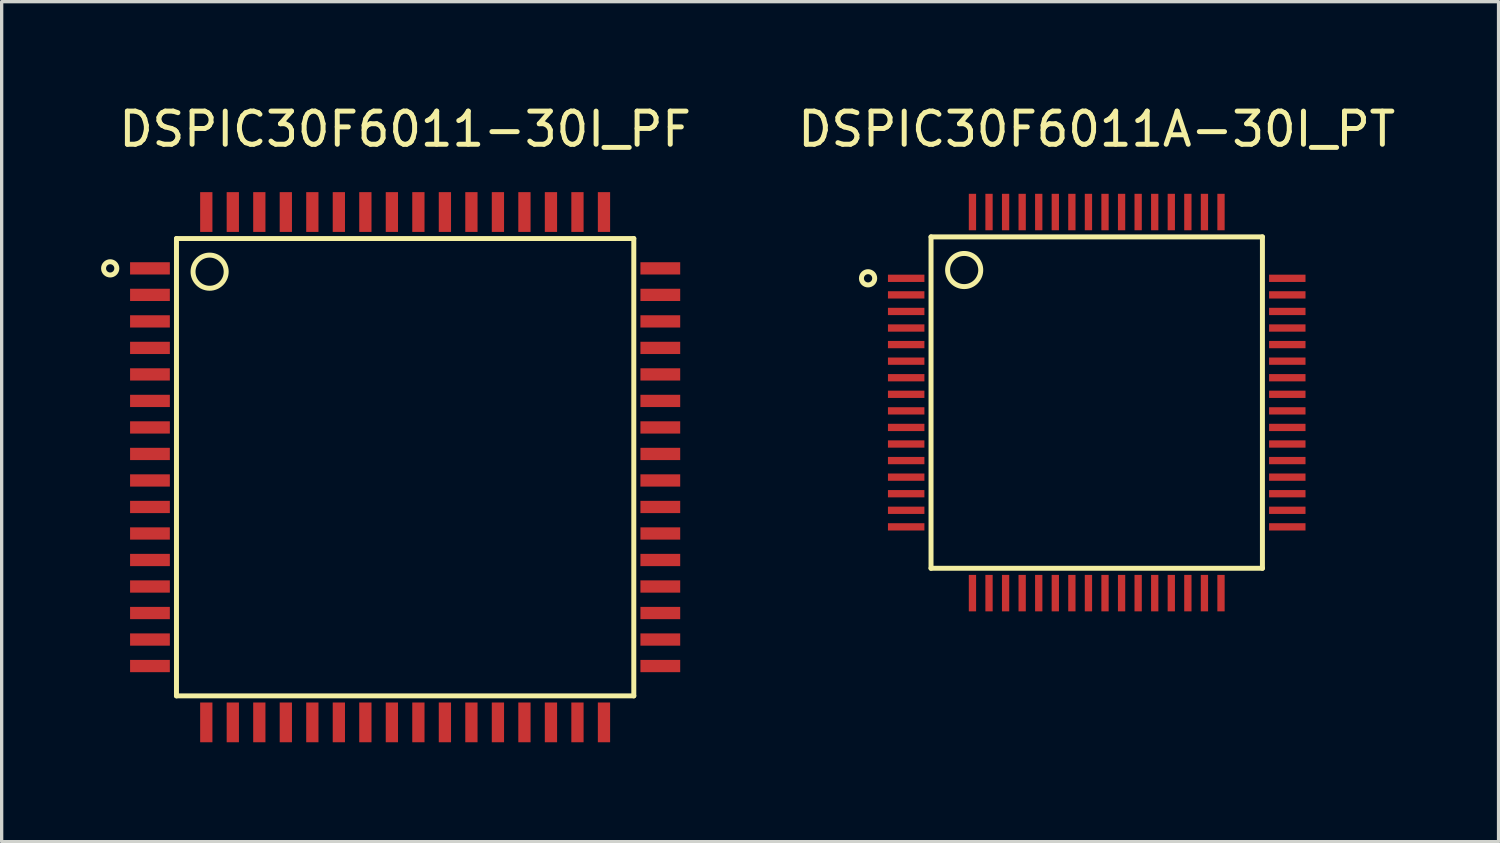
<source format=kicad_pcb>
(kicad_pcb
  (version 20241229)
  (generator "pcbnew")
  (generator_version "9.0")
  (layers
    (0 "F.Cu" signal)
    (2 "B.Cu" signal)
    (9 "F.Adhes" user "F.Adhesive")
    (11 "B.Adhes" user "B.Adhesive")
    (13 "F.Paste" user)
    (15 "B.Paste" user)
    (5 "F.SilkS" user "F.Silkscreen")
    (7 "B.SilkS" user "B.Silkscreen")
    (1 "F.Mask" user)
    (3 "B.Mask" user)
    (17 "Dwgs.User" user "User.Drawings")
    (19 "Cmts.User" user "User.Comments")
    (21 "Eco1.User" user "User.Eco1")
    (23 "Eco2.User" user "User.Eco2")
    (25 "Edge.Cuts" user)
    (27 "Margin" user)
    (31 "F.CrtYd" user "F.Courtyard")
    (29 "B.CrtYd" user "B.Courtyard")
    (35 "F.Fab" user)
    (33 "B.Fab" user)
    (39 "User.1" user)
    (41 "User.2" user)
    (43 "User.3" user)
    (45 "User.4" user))
  (footprint "DSPIC30F6011-30I_PF"
    (layer "F.Cu")
    (at 1.475 3.348)
    (property "Reference" "DSPIC30F6011-30I_PF" (at 7.7 -2.5 0) (layer "F.SilkS") (effects (font (size 1 1) (thickness 0.15))))
    (attr through_hole)
    (fp_line (start 0.8 0.8) (end 0.8 14.6) (stroke (width 0.15) (type solid)) (layer "F.SilkS"))
    (fp_line (start 0.8 0.8) (end 14.6 0.8) (stroke (width 0.15) (type solid)) (layer "F.SilkS"))
    (fp_line (start 0.8 14.6) (end 14.6 14.6) (stroke (width 0.15) (type solid)) (layer "F.SilkS"))
    (fp_line (start 14.6 14.6) (end 14.6 0.8) (stroke (width 0.15) (type solid)) (layer "F.SilkS"))
    (fp_circle (center -1.2 1.7) (end -1.2 1.5) (stroke (width 0.15) (type solid)) (fill no) (layer "F.SilkS"))
    (fp_circle (center 1.8 1.8) (end 1.8 1.3) (stroke (width 0.15) (type solid)) (fill no) (layer "F.SilkS"))
    (pad "1" smd rect (at 0 1.7) (size 1.2 0.37) (layers "F.Cu" "F.Mask" "F.Paste"))
    (pad "2" smd rect (at 0 2.5) (size 1.2 0.37) (layers "F.Cu" "F.Mask" "F.Paste"))
    (pad "3" smd rect (at 0 3.3) (size 1.2 0.37) (layers "F.Cu" "F.Mask" "F.Paste"))
    (pad "4" smd rect (at 0 4.1) (size 1.2 0.37) (layers "F.Cu" "F.Mask" "F.Paste"))
    (pad "5" smd rect (at 0 4.9) (size 1.2 0.37) (layers "F.Cu" "F.Mask" "F.Paste"))
    (pad "6" smd rect (at 0 5.7) (size 1.2 0.37) (layers "F.Cu" "F.Mask" "F.Paste"))
    (pad "7" smd rect (at 0 6.5) (size 1.2 0.37) (layers "F.Cu" "F.Mask" "F.Paste"))
    (pad "8" smd rect (at 0 7.3) (size 1.2 0.37) (layers "F.Cu" "F.Mask" "F.Paste"))
    (pad "9" smd rect (at 0 8.1) (size 1.2 0.37) (layers "F.Cu" "F.Mask" "F.Paste"))
    (pad "10" smd rect (at 0 8.9) (size 1.2 0.37) (layers "F.Cu" "F.Mask" "F.Paste"))
    (pad "11" smd rect (at 0 9.7) (size 1.2 0.37) (layers "F.Cu" "F.Mask" "F.Paste"))
    (pad "12" smd rect (at 0 10.5) (size 1.2 0.37) (layers "F.Cu" "F.Mask" "F.Paste"))
    (pad "13" smd rect (at 0 11.3) (size 1.2 0.37) (layers "F.Cu" "F.Mask" "F.Paste"))
    (pad "14" smd rect (at 0 12.1) (size 1.2 0.37) (layers "F.Cu" "F.Mask" "F.Paste"))
    (pad "15" smd rect (at 0 12.9) (size 1.2 0.37) (layers "F.Cu" "F.Mask" "F.Paste"))
    (pad "16" smd rect (at 0 13.7) (size 1.2 0.37) (layers "F.Cu" "F.Mask" "F.Paste"))
    (pad "17" smd rect (at 1.7 15.4) (size 0.37 1.2) (layers "F.Cu" "F.Mask" "F.Paste"))
    (pad "18" smd rect (at 2.5 15.4) (size 0.37 1.2) (layers "F.Cu" "F.Mask" "F.Paste"))
    (pad "19" smd rect (at 3.3 15.4) (size 0.37 1.2) (layers "F.Cu" "F.Mask" "F.Paste"))
    (pad "20" smd rect (at 4.1 15.4) (size 0.37 1.2) (layers "F.Cu" "F.Mask" "F.Paste"))
    (pad "21" smd rect (at 4.9 15.4) (size 0.37 1.2) (layers "F.Cu" "F.Mask" "F.Paste"))
    (pad "22" smd rect (at 5.7 15.4) (size 0.37 1.2) (layers "F.Cu" "F.Mask" "F.Paste"))
    (pad "23" smd rect (at 6.5 15.4) (size 0.37 1.2) (layers "F.Cu" "F.Mask" "F.Paste"))
    (pad "24" smd rect (at 7.3 15.4) (size 0.37 1.2) (layers "F.Cu" "F.Mask" "F.Paste"))
    (pad "25" smd rect (at 8.1 15.4) (size 0.37 1.2) (layers "F.Cu" "F.Mask" "F.Paste"))
    (pad "26" smd rect (at 8.9 15.4) (size 0.37 1.2) (layers "F.Cu" "F.Mask" "F.Paste"))
    (pad "27" smd rect (at 9.7 15.4) (size 0.37 1.2) (layers "F.Cu" "F.Mask" "F.Paste"))
    (pad "28" smd rect (at 10.5 15.4) (size 0.37 1.2) (layers "F.Cu" "F.Mask" "F.Paste"))
    (pad "29" smd rect (at 11.3 15.4) (size 0.37 1.2) (layers "F.Cu" "F.Mask" "F.Paste"))
    (pad "30" smd rect (at 12.1 15.4) (size 0.37 1.2) (layers "F.Cu" "F.Mask" "F.Paste"))
    (pad "31" smd rect (at 12.9 15.4) (size 0.37 1.2) (layers "F.Cu" "F.Mask" "F.Paste"))
    (pad "32" smd rect (at 13.7 15.4) (size 0.37 1.2) (layers "F.Cu" "F.Mask" "F.Paste"))
    (pad "33" smd rect (at 15.4 13.7) (size 1.2 0.37) (layers "F.Cu" "F.Mask" "F.Paste"))
    (pad "34" smd rect (at 15.4 12.9) (size 1.2 0.37) (layers "F.Cu" "F.Mask" "F.Paste"))
    (pad "35" smd rect (at 15.4 12.1) (size 1.2 0.37) (layers "F.Cu" "F.Mask" "F.Paste"))
    (pad "36" smd rect (at 15.4 11.3) (size 1.2 0.37) (layers "F.Cu" "F.Mask" "F.Paste"))
    (pad "37" smd rect (at 15.4 10.5) (size 1.2 0.37) (layers "F.Cu" "F.Mask" "F.Paste"))
    (pad "38" smd rect (at 15.4 9.7) (size 1.2 0.37) (layers "F.Cu" "F.Mask" "F.Paste"))
    (pad "39" smd rect (at 15.4 8.9) (size 1.2 0.37) (layers "F.Cu" "F.Mask" "F.Paste"))
    (pad "40" smd rect (at 15.4 8.1) (size 1.2 0.37) (layers "F.Cu" "F.Mask" "F.Paste"))
    (pad "41" smd rect (at 15.4 7.3) (size 1.2 0.37) (layers "F.Cu" "F.Mask" "F.Paste"))
    (pad "42" smd rect (at 15.4 6.5) (size 1.2 0.37) (layers "F.Cu" "F.Mask" "F.Paste"))
    (pad "43" smd rect (at 15.4 5.7) (size 1.2 0.37) (layers "F.Cu" "F.Mask" "F.Paste"))
    (pad "44" smd rect (at 15.4 4.9) (size 1.2 0.37) (layers "F.Cu" "F.Mask" "F.Paste"))
    (pad "45" smd rect (at 15.4 4.1) (size 1.2 0.37) (layers "F.Cu" "F.Mask" "F.Paste"))
    (pad "46" smd rect (at 15.4 3.3) (size 1.2 0.37) (layers "F.Cu" "F.Mask" "F.Paste"))
    (pad "47" smd rect (at 15.4 2.5) (size 1.2 0.37) (layers "F.Cu" "F.Mask" "F.Paste"))
    (pad "48" smd rect (at 15.4 1.7) (size 1.2 0.37) (layers "F.Cu" "F.Mask" "F.Paste"))
    (pad "49" smd rect (at 13.7 0) (size 0.37 1.2) (layers "F.Cu" "F.Mask" "F.Paste"))
    (pad "50" smd rect (at 12.9 0) (size 0.37 1.2) (layers "F.Cu" "F.Mask" "F.Paste"))
    (pad "51" smd rect (at 12.1 0) (size 0.37 1.2) (layers "F.Cu" "F.Mask" "F.Paste"))
    (pad "52" smd rect (at 11.3 0) (size 0.37 1.2) (layers "F.Cu" "F.Mask" "F.Paste"))
    (pad "53" smd rect (at 10.5 0) (size 0.37 1.2) (layers "F.Cu" "F.Mask" "F.Paste"))
    (pad "54" smd rect (at 9.7 0) (size 0.37 1.2) (layers "F.Cu" "F.Mask" "F.Paste"))
    (pad "55" smd rect (at 8.9 0) (size 0.37 1.2) (layers "F.Cu" "F.Mask" "F.Paste"))
    (pad "56" smd rect (at 8.1 0) (size 0.37 1.2) (layers "F.Cu" "F.Mask" "F.Paste"))
    (pad "57" smd rect (at 7.3 0) (size 0.37 1.2) (layers "F.Cu" "F.Mask" "F.Paste"))
    (pad "58" smd rect (at 6.5 0) (size 0.37 1.2) (layers "F.Cu" "F.Mask" "F.Paste"))
    (pad "59" smd rect (at 5.7 0) (size 0.37 1.2) (layers "F.Cu" "F.Mask" "F.Paste"))
    (pad "60" smd rect (at 4.9 0) (size 0.37 1.2) (layers "F.Cu" "F.Mask" "F.Paste"))
    (pad "61" smd rect (at 4.1 0) (size 0.37 1.2) (layers "F.Cu" "F.Mask" "F.Paste"))
    (pad "62" smd rect (at 3.3 0) (size 0.37 1.2) (layers "F.Cu" "F.Mask" "F.Paste"))
    (pad "63" smd rect (at 2.5 0) (size 0.37 1.2) (layers "F.Cu" "F.Mask" "F.Paste"))
    (pad "64" smd rect (at 1.7 0) (size 0.37 1.2) (layers "F.Cu" "F.Mask" "F.Paste")))
  (footprint "DSPIC30F6011A-30I_PT"
    (layer "F.Cu")
    (at 24.294 3.348)
    (property "Reference" "DSPIC30F6011A-30I_PT" (at 5.75 -2.5 0) (layer "F.SilkS") (effects (font (size 1 1) (thickness 0.15))))
    (attr through_hole)
    (fp_line (start 0.75 0.75) (end 0.75 10.75) (stroke (width 0.15) (type solid)) (layer "F.SilkS"))
    (fp_line (start 0.75 0.75) (end 10.75 0.75) (stroke (width 0.15) (type solid)) (layer "F.SilkS"))
    (fp_line (start 0.75 10.75) (end 10.75 10.75) (stroke (width 0.15) (type solid)) (layer "F.SilkS"))
    (fp_line (start 10.75 10.75) (end 10.75 0.75) (stroke (width 0.15) (type solid)) (layer "F.SilkS"))
    (fp_circle (center -1.15 2) (end -1.15 1.8) (stroke (width 0.15) (type solid)) (fill no) (layer "F.SilkS"))
    (fp_circle (center 1.75 1.75) (end 1.75 1.25) (stroke (width 0.15) (type solid)) (fill no) (layer "F.SilkS"))
    (pad "1" smd rect (at 0 2) (size 1.1 0.22) (layers "F.Cu" "F.Mask" "F.Paste"))
    (pad "2" smd rect (at 0 2.5) (size 1.1 0.22) (layers "F.Cu" "F.Mask" "F.Paste"))
    (pad "3" smd rect (at 0 3) (size 1.1 0.22) (layers "F.Cu" "F.Mask" "F.Paste"))
    (pad "4" smd rect (at 0 3.5) (size 1.1 0.22) (layers "F.Cu" "F.Mask" "F.Paste"))
    (pad "5" smd rect (at 0 4) (size 1.1 0.22) (layers "F.Cu" "F.Mask" "F.Paste"))
    (pad "6" smd rect (at 0 4.5) (size 1.1 0.22) (layers "F.Cu" "F.Mask" "F.Paste"))
    (pad "7" smd rect (at 0 5) (size 1.1 0.22) (layers "F.Cu" "F.Mask" "F.Paste"))
    (pad "8" smd rect (at 0 5.5) (size 1.1 0.22) (layers "F.Cu" "F.Mask" "F.Paste"))
    (pad "9" smd rect (at 0 6) (size 1.1 0.22) (layers "F.Cu" "F.Mask" "F.Paste"))
    (pad "10" smd rect (at 0 6.5) (size 1.1 0.22) (layers "F.Cu" "F.Mask" "F.Paste"))
    (pad "11" smd rect (at 0 7) (size 1.1 0.22) (layers "F.Cu" "F.Mask" "F.Paste"))
    (pad "12" smd rect (at 0 7.5) (size 1.1 0.22) (layers "F.Cu" "F.Mask" "F.Paste"))
    (pad "13" smd rect (at 0 8) (size 1.1 0.22) (layers "F.Cu" "F.Mask" "F.Paste"))
    (pad "14" smd rect (at 0 8.5) (size 1.1 0.22) (layers "F.Cu" "F.Mask" "F.Paste"))
    (pad "15" smd rect (at 0 9) (size 1.1 0.22) (layers "F.Cu" "F.Mask" "F.Paste"))
    (pad "16" smd rect (at 0 9.5) (size 1.1 0.22) (layers "F.Cu" "F.Mask" "F.Paste"))
    (pad "17" smd rect (at 2 11.5) (size 0.22 1.1) (layers "F.Cu" "F.Mask" "F.Paste"))
    (pad "18" smd rect (at 2.5 11.5) (size 0.22 1.1) (layers "F.Cu" "F.Mask" "F.Paste"))
    (pad "19" smd rect (at 3 11.5) (size 0.22 1.1) (layers "F.Cu" "F.Mask" "F.Paste"))
    (pad "20" smd rect (at 3.5 11.5) (size 0.22 1.1) (layers "F.Cu" "F.Mask" "F.Paste"))
    (pad "21" smd rect (at 4 11.5) (size 0.22 1.1) (layers "F.Cu" "F.Mask" "F.Paste"))
    (pad "22" smd rect (at 4.5 11.5) (size 0.22 1.1) (layers "F.Cu" "F.Mask" "F.Paste"))
    (pad "23" smd rect (at 5 11.5) (size 0.22 1.1) (layers "F.Cu" "F.Mask" "F.Paste"))
    (pad "24" smd rect (at 5.5 11.5) (size 0.22 1.1) (layers "F.Cu" "F.Mask" "F.Paste"))
    (pad "25" smd rect (at 6 11.5) (size 0.22 1.1) (layers "F.Cu" "F.Mask" "F.Paste"))
    (pad "26" smd rect (at 6.5 11.5) (size 0.22 1.1) (layers "F.Cu" "F.Mask" "F.Paste"))
    (pad "27" smd rect (at 7 11.5) (size 0.22 1.1) (layers "F.Cu" "F.Mask" "F.Paste"))
    (pad "28" smd rect (at 7.5 11.5) (size 0.22 1.1) (layers "F.Cu" "F.Mask" "F.Paste"))
    (pad "29" smd rect (at 8 11.5) (size 0.22 1.1) (layers "F.Cu" "F.Mask" "F.Paste"))
    (pad "30" smd rect (at 8.5 11.5) (size 0.22 1.1) (layers "F.Cu" "F.Mask" "F.Paste"))
    (pad "31" smd rect (at 9 11.5) (size 0.22 1.1) (layers "F.Cu" "F.Mask" "F.Paste"))
    (pad "32" smd rect (at 9.5 11.5) (size 0.22 1.1) (layers "F.Cu" "F.Mask" "F.Paste"))
    (pad "33" smd rect (at 11.5 9.5) (size 1.1 0.22) (layers "F.Cu" "F.Mask" "F.Paste"))
    (pad "34" smd rect (at 11.5 9) (size 1.1 0.22) (layers "F.Cu" "F.Mask" "F.Paste"))
    (pad "35" smd rect (at 11.5 8.5) (size 1.1 0.22) (layers "F.Cu" "F.Mask" "F.Paste"))
    (pad "36" smd rect (at 11.5 8) (size 1.1 0.22) (layers "F.Cu" "F.Mask" "F.Paste"))
    (pad "37" smd rect (at 11.5 7.5) (size 1.1 0.22) (layers "F.Cu" "F.Mask" "F.Paste"))
    (pad "38" smd rect (at 11.5 7) (size 1.1 0.22) (layers "F.Cu" "F.Mask" "F.Paste"))
    (pad "39" smd rect (at 11.5 6.5) (size 1.1 0.22) (layers "F.Cu" "F.Mask" "F.Paste"))
    (pad "40" smd rect (at 11.5 6) (size 1.1 0.22) (layers "F.Cu" "F.Mask" "F.Paste"))
    (pad "41" smd rect (at 11.5 5.5) (size 1.1 0.22) (layers "F.Cu" "F.Mask" "F.Paste"))
    (pad "42" smd rect (at 11.5 5) (size 1.1 0.22) (layers "F.Cu" "F.Mask" "F.Paste"))
    (pad "43" smd rect (at 11.5 4.5) (size 1.1 0.22) (layers "F.Cu" "F.Mask" "F.Paste"))
    (pad "44" smd rect (at 11.5 4) (size 1.1 0.22) (layers "F.Cu" "F.Mask" "F.Paste"))
    (pad "45" smd rect (at 11.5 3.5) (size 1.1 0.22) (layers "F.Cu" "F.Mask" "F.Paste"))
    (pad "46" smd rect (at 11.5 3) (size 1.1 0.22) (layers "F.Cu" "F.Mask" "F.Paste"))
    (pad "47" smd rect (at 11.5 2.5) (size 1.1 0.22) (layers "F.Cu" "F.Mask" "F.Paste"))
    (pad "48" smd rect (at 11.5 2) (size 1.1 0.22) (layers "F.Cu" "F.Mask" "F.Paste"))
    (pad "49" smd rect (at 9.5 0) (size 0.22 1.1) (layers "F.Cu" "F.Mask" "F.Paste"))
    (pad "50" smd rect (at 9 0) (size 0.22 1.1) (layers "F.Cu" "F.Mask" "F.Paste"))
    (pad "51" smd rect (at 8.5 0) (size 0.22 1.1) (layers "F.Cu" "F.Mask" "F.Paste"))
    (pad "52" smd rect (at 8 0) (size 0.22 1.1) (layers "F.Cu" "F.Mask" "F.Paste"))
    (pad "53" smd rect (at 7.5 0) (size 0.22 1.1) (layers "F.Cu" "F.Mask" "F.Paste"))
    (pad "54" smd rect (at 7 0) (size 0.22 1.1) (layers "F.Cu" "F.Mask" "F.Paste"))
    (pad "55" smd rect (at 6.5 0) (size 0.22 1.1) (layers "F.Cu" "F.Mask" "F.Paste"))
    (pad "56" smd rect (at 6 0) (size 0.22 1.1) (layers "F.Cu" "F.Mask" "F.Paste"))
    (pad "57" smd rect (at 5.5 0) (size 0.22 1.1) (layers "F.Cu" "F.Mask" "F.Paste"))
    (pad "58" smd rect (at 5 0) (size 0.22 1.1) (layers "F.Cu" "F.Mask" "F.Paste"))
    (pad "59" smd rect (at 4.5 0) (size 0.22 1.1) (layers "F.Cu" "F.Mask" "F.Paste"))
    (pad "60" smd rect (at 4 0) (size 0.22 1.1) (layers "F.Cu" "F.Mask" "F.Paste"))
    (pad "61" smd rect (at 3.5 0) (size 0.22 1.1) (layers "F.Cu" "F.Mask" "F.Paste"))
    (pad "62" smd rect (at 3 0) (size 0.22 1.1) (layers "F.Cu" "F.Mask" "F.Paste"))
    (pad "63" smd rect (at 2.5 0) (size 0.22 1.1) (layers "F.Cu" "F.Mask" "F.Paste"))
    (pad "64" smd rect (at 2 0) (size 0.22 1.1) (layers "F.Cu" "F.Mask" "F.Paste")))
  (gr_rect
    (start -3 -3)
    (end 42.169 22.348)
    (stroke (width 0.1) (type default))
    (fill no)
    (layer "Edge.Cuts")))
</source>
